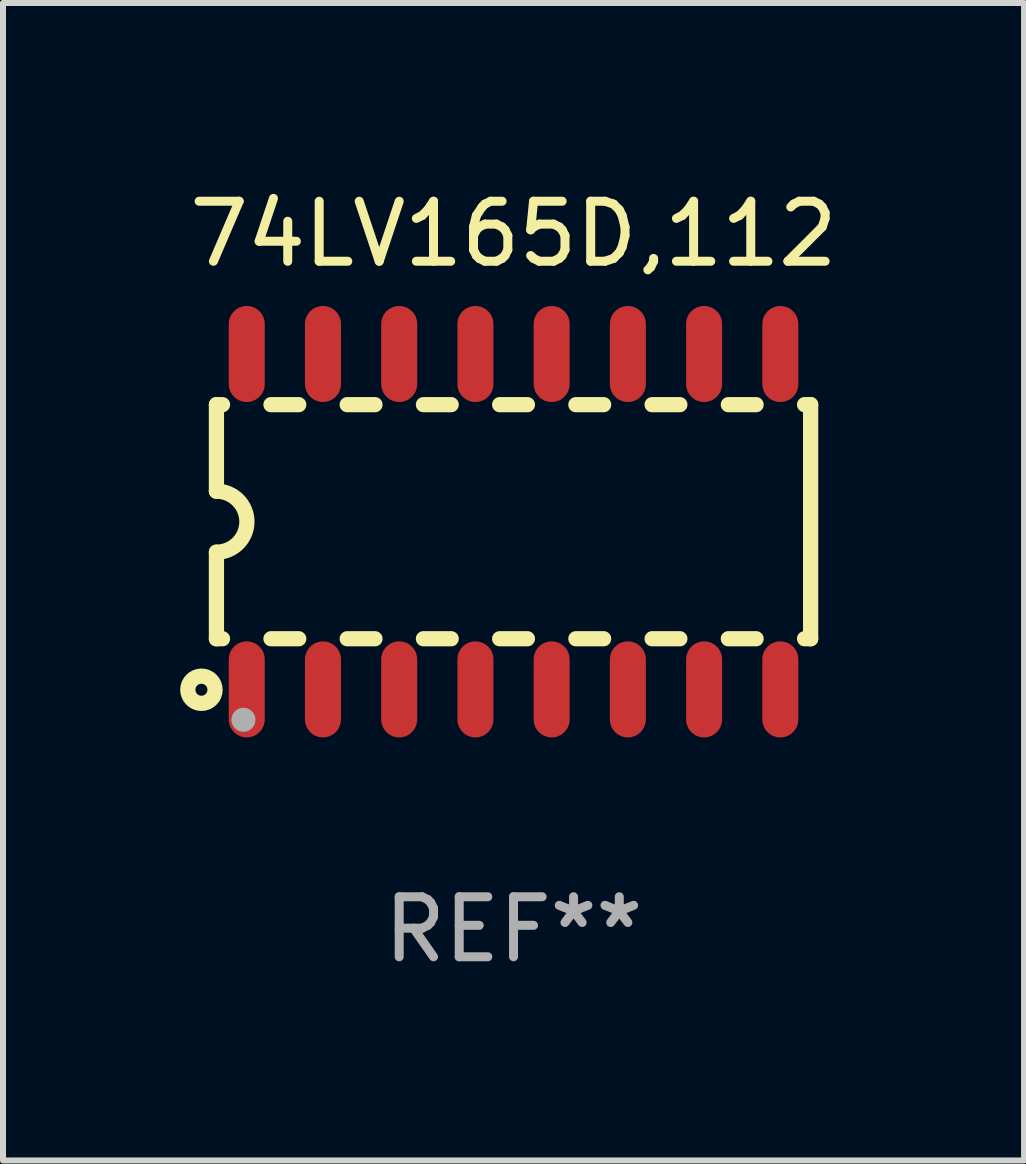
<source format=kicad_pcb>
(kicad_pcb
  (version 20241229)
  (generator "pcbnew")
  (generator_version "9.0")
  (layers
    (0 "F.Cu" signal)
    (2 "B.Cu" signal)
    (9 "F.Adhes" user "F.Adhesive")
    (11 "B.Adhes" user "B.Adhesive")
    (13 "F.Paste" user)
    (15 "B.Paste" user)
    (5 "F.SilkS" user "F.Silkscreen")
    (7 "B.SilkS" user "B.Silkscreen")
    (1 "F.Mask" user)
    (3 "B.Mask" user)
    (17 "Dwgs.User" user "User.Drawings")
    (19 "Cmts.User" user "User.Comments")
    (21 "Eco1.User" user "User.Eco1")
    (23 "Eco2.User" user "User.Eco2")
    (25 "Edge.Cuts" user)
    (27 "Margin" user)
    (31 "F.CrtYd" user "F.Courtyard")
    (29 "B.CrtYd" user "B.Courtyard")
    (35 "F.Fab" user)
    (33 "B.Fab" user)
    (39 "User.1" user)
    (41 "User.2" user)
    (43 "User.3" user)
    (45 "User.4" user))
  (footprint "74LV165D,112"
    (layer "F.Cu")
    (at 5.506 5.642)
    (property "Reference" "74LV165D,112" (at 0 -4.794 0) (layer "F.SilkS") (effects (font (size 1 1) (thickness 0.15))))
    (attr through_hole)
    (fp_line (start -4.95 -1.95) (end -4.95 -0.508) (stroke (width 0.254) (type solid)) (layer "F.SilkS"))
    (fp_line (start -4.95 -1.95) (end -4.849 -1.95) (stroke (width 0.254) (type solid)) (layer "F.SilkS"))
    (fp_line (start -4.95 1.95) (end -4.95 0.508) (stroke (width 0.254) (type solid)) (layer "F.SilkS"))
    (fp_line (start -4.95 1.95) (end -4.849 1.95) (stroke (width 0.254) (type solid)) (layer "F.SilkS"))
    (fp_line (start -4.041 -1.95) (end -3.579 -1.95) (stroke (width 0.254) (type solid)) (layer "F.SilkS"))
    (fp_line (start -4.041 1.95) (end -3.579 1.95) (stroke (width 0.254) (type solid)) (layer "F.SilkS"))
    (fp_line (start -2.771 -1.95) (end -2.309 -1.95) (stroke (width 0.254) (type solid)) (layer "F.SilkS"))
    (fp_line (start -2.771 1.95) (end -2.309 1.95) (stroke (width 0.254) (type solid)) (layer "F.SilkS"))
    (fp_line (start -1.501 -1.95) (end -1.039 -1.95) (stroke (width 0.254) (type solid)) (layer "F.SilkS"))
    (fp_line (start -1.501 1.95) (end -1.039 1.95) (stroke (width 0.254) (type solid)) (layer "F.SilkS"))
    (fp_line (start -0.231 -1.95) (end 0.231 -1.95) (stroke (width 0.254) (type solid)) (layer "F.SilkS"))
    (fp_line (start -0.231 1.95) (end 0.231 1.95) (stroke (width 0.254) (type solid)) (layer "F.SilkS"))
    (fp_line (start 1.039 -1.95) (end 1.501 -1.95) (stroke (width 0.254) (type solid)) (layer "F.SilkS"))
    (fp_line (start 1.039 1.95) (end 1.501 1.95) (stroke (width 0.254) (type solid)) (layer "F.SilkS"))
    (fp_line (start 2.309 -1.95) (end 2.771 -1.95) (stroke (width 0.254) (type solid)) (layer "F.SilkS"))
    (fp_line (start 2.309 1.95) (end 2.771 1.95) (stroke (width 0.254) (type solid)) (layer "F.SilkS"))
    (fp_line (start 3.579 -1.95) (end 4.041 -1.95) (stroke (width 0.254) (type solid)) (layer "F.SilkS"))
    (fp_line (start 3.579 1.95) (end 4.041 1.95) (stroke (width 0.254) (type solid)) (layer "F.SilkS"))
    (fp_line (start 4.849 -1.95) (end 4.95 -1.95) (stroke (width 0.254) (type solid)) (layer "F.SilkS"))
    (fp_line (start 4.849 1.95) (end 4.95 1.95) (stroke (width 0.254) (type solid)) (layer "F.SilkS"))
    (fp_line (start 4.95 -1.95) (end 4.95 1.95) (stroke (width 0.254) (type solid)) (layer "F.SilkS"))
    (fp_arc (start -4.95047 -0.508001) (mid -4.442469 -0.000228) (end -4.950013 0.508001) (stroke (width 0.254001) (type solid)) (layer "F.SilkS"))
    (fp_circle (center -5.2 2.8) (end -5.1 2.8) (stroke (width 0.254) (type solid)) (fill no) (layer "F.SilkS"))
    (fp_circle (center -4.95 2.947) (end -4.92 2.947) (stroke (width 0.06) (type solid)) (fill no) (layer "F.SilkS"))
    (fp_circle (center -4.5 3.3) (end -4.4 3.3) (stroke (width 0.2) (type solid)) (fill no) (layer "F.Fab"))
    (fp_text user "REF**" (at 0 6.794 0) (layer "F.Fab") (effects (font (size 1 1) (thickness 0.15))))
    (pad "1" smd oval (at -4.445 2.794) (size 0.6 1.6) (layers "F.Cu" "F.Mask" "F.Paste"))
    (pad "2" smd oval (at -3.175 2.794) (size 0.6 1.6) (layers "F.Cu" "F.Mask" "F.Paste"))
    (pad "3" smd oval (at -1.905 2.794) (size 0.6 1.6) (layers "F.Cu" "F.Mask" "F.Paste"))
    (pad "4" smd oval (at -0.635 2.794) (size 0.6 1.6) (layers "F.Cu" "F.Mask" "F.Paste"))
    (pad "5" smd oval (at 0.635 2.794) (size 0.6 1.6) (layers "F.Cu" "F.Mask" "F.Paste"))
    (pad "6" smd oval (at 1.905 2.794) (size 0.6 1.6) (layers "F.Cu" "F.Mask" "F.Paste"))
    (pad "7" smd oval (at 3.175 2.794) (size 0.6 1.6) (layers "F.Cu" "F.Mask" "F.Paste"))
    (pad "8" smd oval (at 4.445 2.794) (size 0.6 1.6) (layers "F.Cu" "F.Mask" "F.Paste"))
    (pad "9" smd oval (at 4.445 -2.794) (size 0.6 1.6) (layers "F.Cu" "F.Mask" "F.Paste"))
    (pad "10" smd oval (at 3.175 -2.794) (size 0.6 1.6) (layers "F.Cu" "F.Mask" "F.Paste"))
    (pad "11" smd oval (at 1.905 -2.794) (size 0.6 1.6) (layers "F.Cu" "F.Mask" "F.Paste"))
    (pad "12" smd oval (at 0.635 -2.794) (size 0.6 1.6) (layers "F.Cu" "F.Mask" "F.Paste"))
    (pad "13" smd oval (at -0.635 -2.794) (size 0.6 1.6) (layers "F.Cu" "F.Mask" "F.Paste"))
    (pad "14" smd oval (at -1.905 -2.794) (size 0.6 1.6) (layers "F.Cu" "F.Mask" "F.Paste"))
    (pad "15" smd oval (at -3.175 -2.794) (size 0.6 1.6) (layers "F.Cu" "F.Mask" "F.Paste"))
    (pad "16" smd oval (at -4.445 -2.794) (size 0.6 1.6) (layers "F.Cu" "F.Mask" "F.Paste")))
  (gr_rect
    (start -3 -3)
    (end 14.012 16.285)
    (stroke (width 0.1) (type default))
    (fill no)
    (layer "Edge.Cuts")))
</source>
